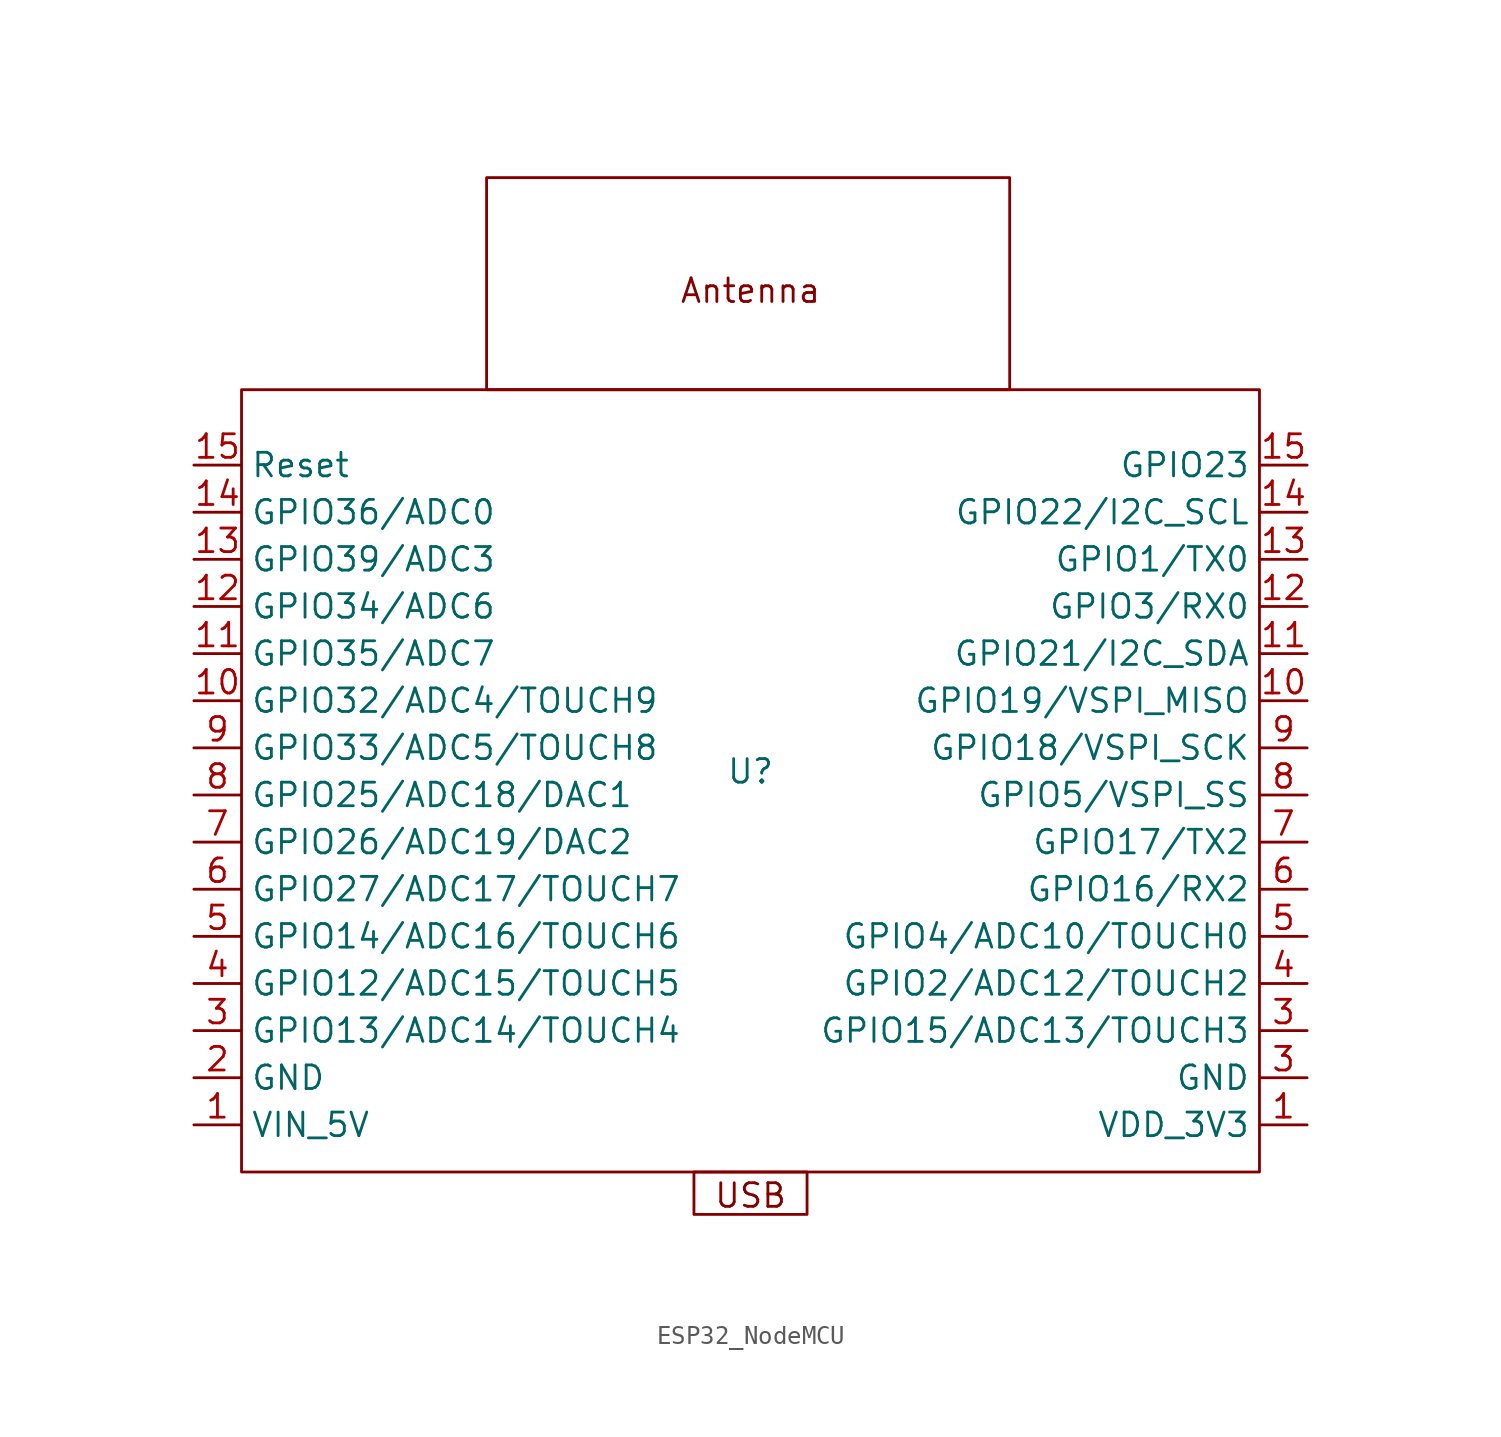
<source format=kicad_sym>
(kicad_symbol_lib
  (version 20231120)
  (generator "kicad_symbol_editor")
  (generator_version "8.0")
  (symbol "ESP32_NodeMCU"
    (property "Reference" "U"
      (at 0 0 0)
      (effects (font (size 1.27 1.27))))
    (property "Value" ""
      (at 0 13.97 0)
      (effects (font (size 1.27 1.27))))
    (symbol "ESP32_NodeMCU_0_1"
      (rectangle (start -14.224 32.004) (end 13.97 20.574) (stroke (width 0) (type default)) (fill (type none)))
      (rectangle (start -3.048 -21.59) (end 3.048 -23.876) (stroke (width 0) (type default)) (fill (type none))))
    (symbol "ESP32_NodeMCU_1_1"
      (rectangle (start -27.432 20.574) (end 27.432 -21.59) (stroke (width 0) (type default)) (fill (type none)))
      (text "Antenna" (at 0 25.908 0) (effects (font (size 1.27 1.27))))
      (text "USB" (at 0 -22.86 0) (effects (font (size 1.27 1.27))))
      (pin power_out line (at 30 -19.05 180) (length 2.54) (name "VDD_3V3" (effects (font (size 1.27 1.27)))) (number "1" (effects (font (size 1.27 1.27)))))
      (pin power_in line (at -30 -19.05 0) (length 2.54) (name "VIN_5V" (effects (font (size 1.27 1.27)))) (number "1" (effects (font (size 1.27 1.27)))))
      (pin input line (at 30 3.81 180) (length 2.54) (name "GPIO19/VSPI_MISO" (effects (font (size 1.27 1.27)))) (number "10" (effects (font (size 1.27 1.27)))) (alternate "VSPI MISO" input line))
      (pin input line (at -30 3.81 0) (length 2.54) (name "GPIO32/ADC4/TOUCH9" (effects (font (size 1.27 1.27)))) (number "10" (effects (font (size 1.27 1.27)))) (alternate "ADC4" input line) (alternate "TOUCH9" input line))
      (pin input line (at 30 6.35 180) (length 2.54) (name "GPIO21/I2C_SDA" (effects (font (size 1.27 1.27)))) (number "11" (effects (font (size 1.27 1.27)))) (alternate "I2C SDA" input line))
      (pin input line (at -30 6.35 0) (length 2.54) (name "GPIO35/ADC7" (effects (font (size 1.27 1.27)))) (number "11" (effects (font (size 1.27 1.27)))) (alternate "ADC7" input line))
      (pin input line (at 30 8.89 180) (length 2.54) (name "GPIO3/RX0" (effects (font (size 1.27 1.27)))) (number "12" (effects (font (size 1.27 1.27)))) (alternate "RX0" input line))
      (pin input line (at -30 8.89 0) (length 2.54) (name "GPIO34/ADC6" (effects (font (size 1.27 1.27)))) (number "12" (effects (font (size 1.27 1.27)))) (alternate "ADC6" input line))
      (pin input line (at 30 11.43 180) (length 2.54) (name "GPIO1/TX0" (effects (font (size 1.27 1.27)))) (number "13" (effects (font (size 1.27 1.27)))) (alternate "TX0" input line))
      (pin input line (at -30 11.43 0) (length 2.54) (name "GPIO39/ADC3" (effects (font (size 1.27 1.27)))) (number "13" (effects (font (size 1.27 1.27)))) (alternate "ADC3" input line))
      (pin input line (at 30 13.97 180) (length 2.54) (name "GPIO22/I2C_SCL" (effects (font (size 1.27 1.27)))) (number "14" (effects (font (size 1.27 1.27)))) (alternate "I2C SCL" input line))
      (pin input line (at -30 13.97 0) (length 2.54) (name "GPIO36/ADC0" (effects (font (size 1.27 1.27)))) (number "14" (effects (font (size 1.27 1.27)))) (alternate "ADC0" input line))
      (pin input line (at 30 16.51 180) (length 2.54) (name "GPIO23" (effects (font (size 1.27 1.27)))) (number "15" (effects (font (size 1.27 1.27)))) (alternate "VSPI MOSI" input line))
      (pin input line (at -30 16.51 0) (length 2.54) (name "Reset" (effects (font (size 1.27 1.27)))) (number "15" (effects (font (size 1.27 1.27)))))
      (pin power_in line (at -30 -16.51 0) (length 2.54) (name "GND" (effects (font (size 1.27 1.27)))) (number "2" (effects (font (size 1.27 1.27)))))
      (pin power_out line (at 30 -16.51 180) (length 2.54) (name "GND" (effects (font (size 1.27 1.27)))) (number "3" (effects (font (size 1.27 1.27)))))
      (pin input line (at -30 -13.97 0) (length 2.54) (name "GPIO13/ADC14/TOUCH4" (effects (font (size 1.27 1.27)))) (number "3" (effects (font (size 1.27 1.27)))) (alternate "ADC14" input line) (alternate "TOUCH4" input line))
      (pin input line (at 30 -13.97 180) (length 2.54) (name "GPIO15/ADC13/TOUCH3" (effects (font (size 1.27 1.27)))) (number "3" (effects (font (size 1.27 1.27)))) (alternate "ADC13" input line) (alternate "TOUCH3" input line))
      (pin input line (at -30 -11.43 0) (length 2.54) (name "GPIO12/ADC15/TOUCH5" (effects (font (size 1.27 1.27)))) (number "4" (effects (font (size 1.27 1.27)))) (alternate "ADC15" input line) (alternate "TOUCH5" input line))
      (pin input line (at 30 -11.43 180) (length 2.54) (name "GPIO2/ADC12/TOUCH2" (effects (font (size 1.27 1.27)))) (number "4" (effects (font (size 1.27 1.27)))) (alternate "ADC12" input line) (alternate "TOUCH2" input line))
      (pin input line (at -30 -8.89 0) (length 2.54) (name "GPIO14/ADC16/TOUCH6" (effects (font (size 1.27 1.27)))) (number "5" (effects (font (size 1.27 1.27)))) (alternate "ADC16" input line) (alternate "TOUCH6" input line))
      (pin input line (at 30 -8.89 180) (length 2.54) (name "GPIO4/ADC10/TOUCH0" (effects (font (size 1.27 1.27)))) (number "5" (effects (font (size 1.27 1.27)))) (alternate "ADC10" input line) (alternate "TOUCH0" input line))
      (pin input line (at 30 -6.35 180) (length 2.54) (name "GPIO16/RX2" (effects (font (size 1.27 1.27)))) (number "6" (effects (font (size 1.27 1.27)))) (alternate "RX2" input line))
      (pin input line (at -30 -6.35 0) (length 2.54) (name "GPIO27/ADC17/TOUCH7" (effects (font (size 1.27 1.27)))) (number "6" (effects (font (size 1.27 1.27)))) (alternate "ADC17" input line) (alternate "TOUCH7" input line))
      (pin input line (at 30 -3.81 180) (length 2.54) (name "GPIO17/TX2" (effects (font (size 1.27 1.27)))) (number "7" (effects (font (size 1.27 1.27)))) (alternate "TX2" input line))
      (pin input line (at -30 -3.81 0) (length 2.54) (name "GPIO26/ADC19/DAC2" (effects (font (size 1.27 1.27)))) (number "7" (effects (font (size 1.27 1.27)))) (alternate "ADC19" input line) (alternate "DAC2" input line))
      (pin input line (at -30 -1.27 0) (length 2.54) (name "GPIO25/ADC18/DAC1" (effects (font (size 1.27 1.27)))) (number "8" (effects (font (size 1.27 1.27)))) (alternate "ADC18" input line) (alternate "DAC1" input line))
      (pin input line (at 30 -1.27 180) (length 2.54) (name "GPIO5/VSPI_SS" (effects (font (size 1.27 1.27)))) (number "8" (effects (font (size 1.27 1.27)))) (alternate "VSPI SS" input line))
      (pin input line (at 30 1.27 180) (length 2.54) (name "GPIO18/VSPI_SCK" (effects (font (size 1.27 1.27)))) (number "9" (effects (font (size 1.27 1.27)))) (alternate "VSPI SCK" input line))
      (pin input line (at -30 1.27 0) (length 2.54) (name "GPIO33/ADC5/TOUCH8" (effects (font (size 1.27 1.27)))) (number "9" (effects (font (size 1.27 1.27)))) (alternate "ADC5" input line) (alternate "TOUCH8" input line)))))
</source>
